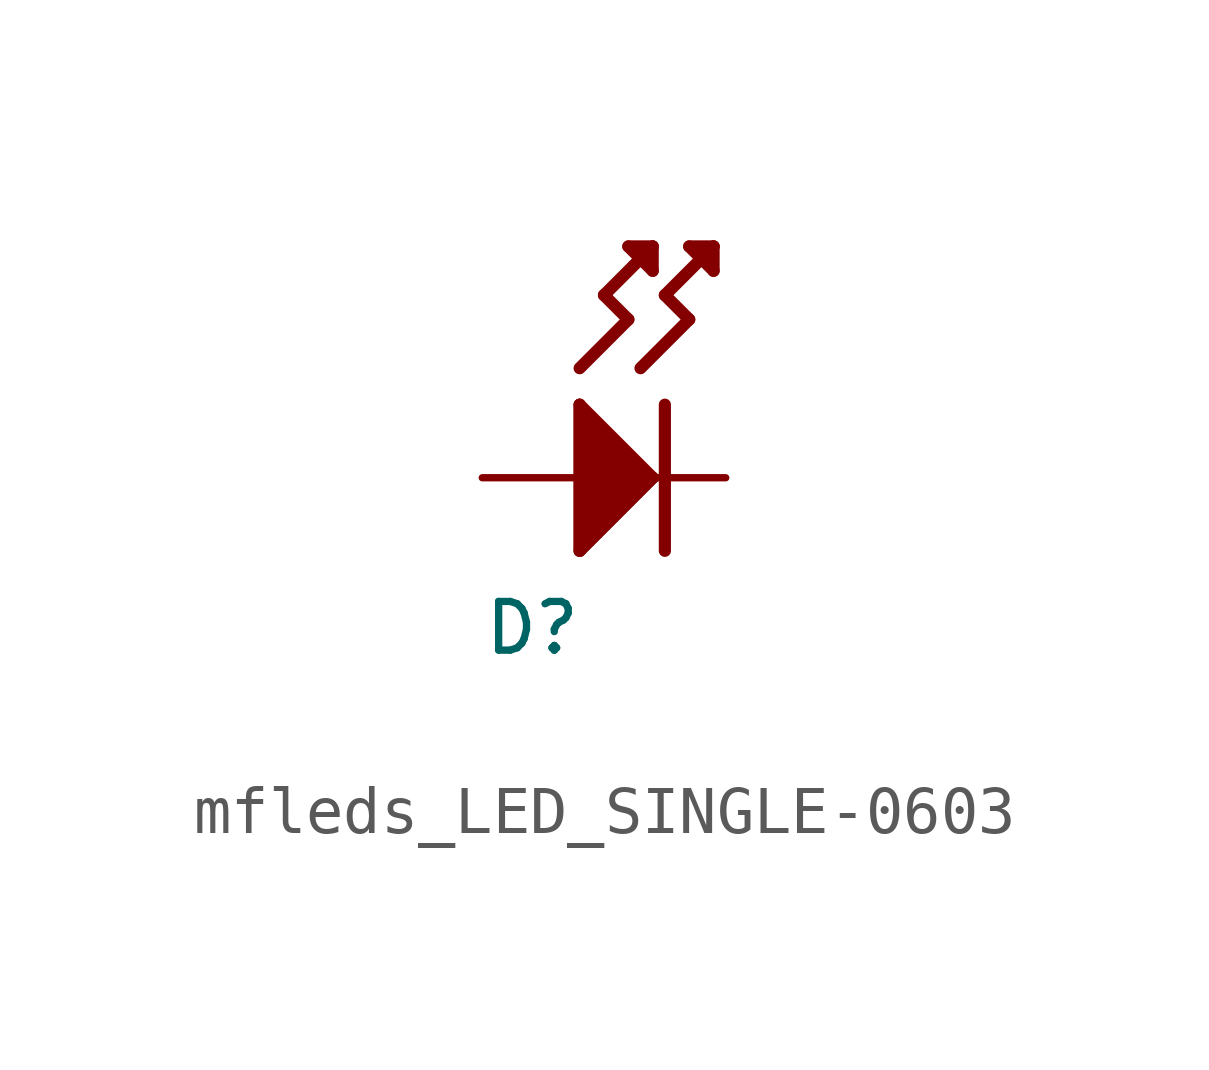
<source format=kicad_sym>
(kicad_symbol_lib
  (version 20241209)
  (generator "kicad_symbol_editor")
  (generator_version "9.0")
  (symbol "mfleds_LED_SINGLE-0603"
    (property "Reference" "D"
      (at -2.54 -2.54 0)
      (effects (font (size 1.016 1.016)) (justify left top)))
    (property "Value" ""
      (at -2.54 -5.08 0)
      (effects (font (size 1.016 1.016)) (justify left bottom)))
    (property "ki_locked" ""
      (at 0 0 0)
      (effects (font (size 1.27 1.27))))
    (symbol "mfleds_LED_SINGLE-0603_1_0"
      (polyline (pts (xy -0.508 2.286) (xy 0.508 3.302)) (stroke (width 0.254) (type solid)) (fill (type none)))
      (polyline (pts (xy -0.508 1.524) (xy 1.016 0)) (stroke (width 0.254) (type solid)) (fill (type none)))
      (polyline (pts (xy -0.508 1.524) (xy -0.508 -1.524) (xy 1.016 0)) (stroke (width 0.254) (type solid)) (fill (type outline)))
      (polyline (pts (xy -0.508 -1.524) (xy -0.508 1.524)) (stroke (width 0.254) (type solid)) (fill (type none)))
      (polyline (pts (xy 0 3.81) (xy 1.016 4.826)) (stroke (width 0.254) (type solid)) (fill (type none)))
      (polyline (pts (xy 0.508 4.826) (xy 1.016 4.318)) (stroke (width 0.254) (type solid)) (fill (type none)))
      (polyline (pts (xy 0.508 3.302) (xy 0 3.81)) (stroke (width 0.254) (type solid)) (fill (type none)))
      (polyline (pts (xy 0.762 2.286) (xy 1.778 3.302)) (stroke (width 0.254) (type solid)) (fill (type none)))
      (polyline (pts (xy 1.016 4.826) (xy 0.508 4.826)) (stroke (width 0.254) (type solid)) (fill (type none)))
      (polyline (pts (xy 1.016 4.318) (xy 1.016 4.826)) (stroke (width 0.254) (type solid)) (fill (type none)))
      (polyline (pts (xy 1.016 0) (xy -0.508 -1.524)) (stroke (width 0.254) (type solid)) (fill (type none)))
      (polyline (pts (xy 1.27 3.81) (xy 2.286 4.826)) (stroke (width 0.254) (type solid)) (fill (type none)))
      (polyline (pts (xy 1.27 1.524) (xy 1.27 -1.524)) (stroke (width 0.254) (type solid)) (fill (type none)))
      (polyline (pts (xy 1.778 4.826) (xy 2.286 4.318)) (stroke (width 0.254) (type solid)) (fill (type none)))
      (polyline (pts (xy 1.778 3.302) (xy 1.27 3.81)) (stroke (width 0.254) (type solid)) (fill (type none)))
      (polyline (pts (xy 2.286 4.826) (xy 1.778 4.826)) (stroke (width 0.254) (type solid)) (fill (type none)))
      (polyline (pts (xy 2.286 4.318) (xy 2.286 4.826)) (stroke (width 0.254) (type solid)) (fill (type none)))
      (pin power_in line (at -2.54 0 0) (length 2.54) (name "ANODE" (effects (font (size 0 0)))) (number "ANODE" (effects (font (size 0 0)))))
      (pin power_in line (at 2.54 0 180) (length 2.54) (name "CATHODE" (effects (font (size 0 0)))) (number "CATHODE" (effects (font (size 0 0))))))))
</source>
